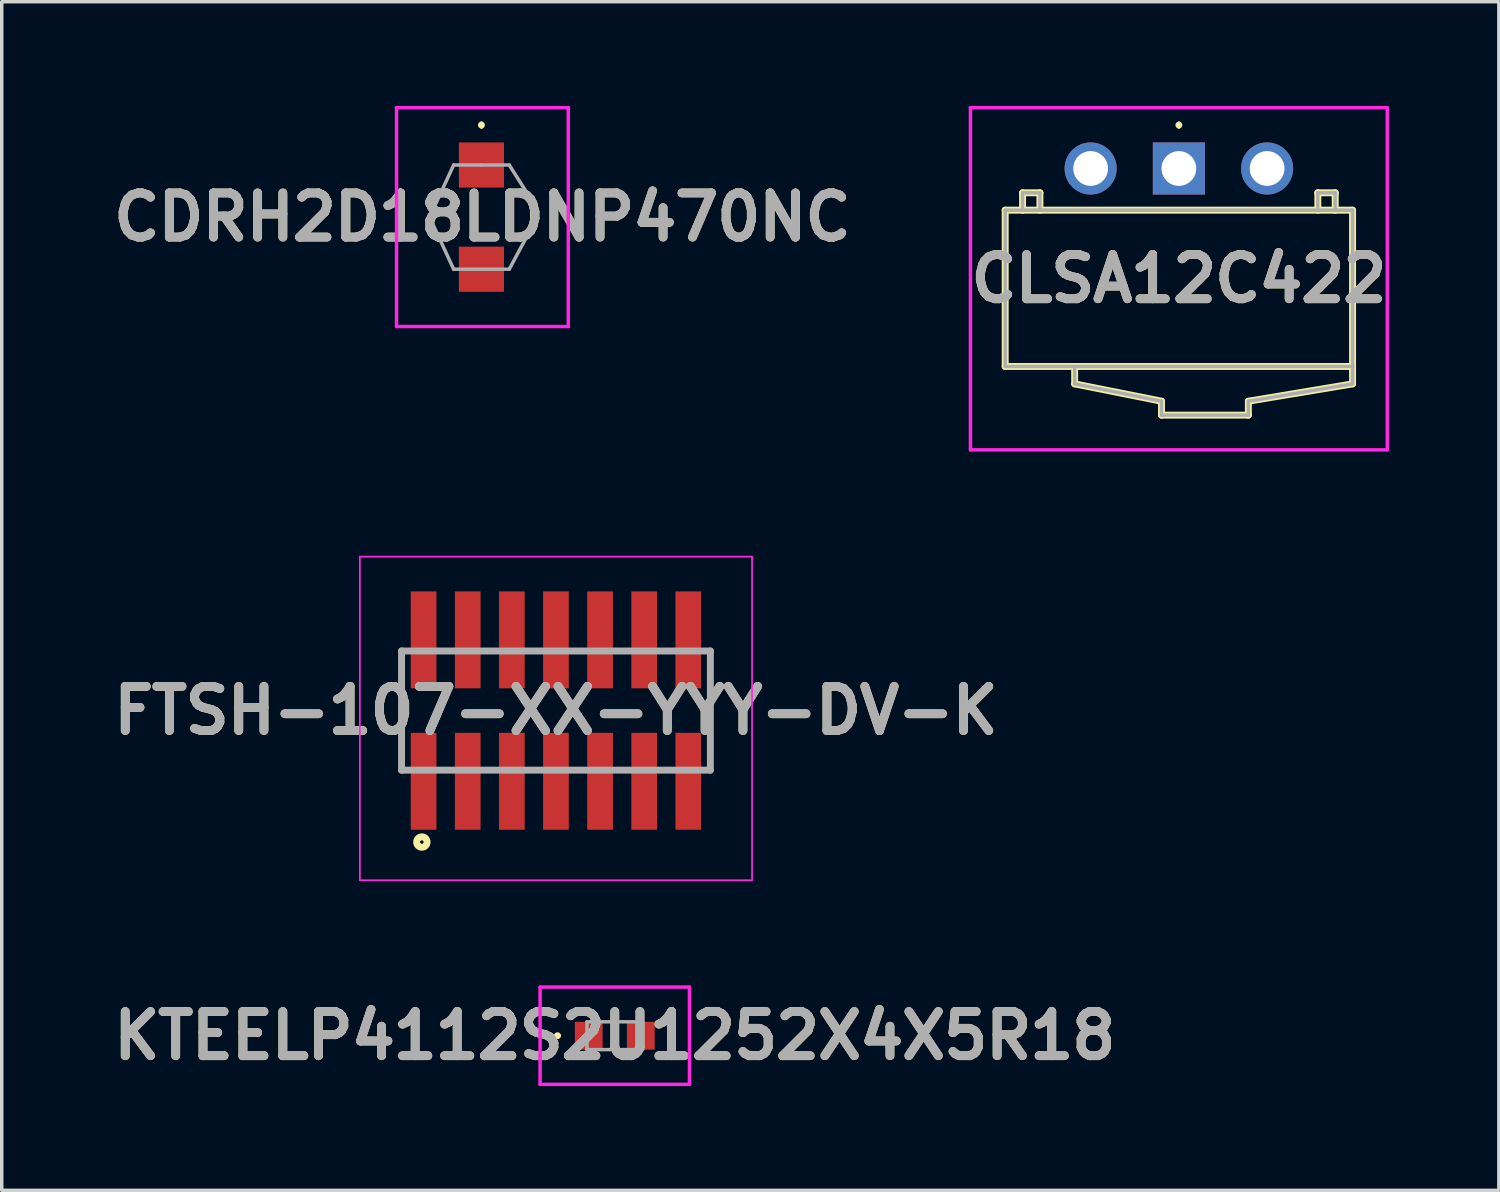
<source format=kicad_pcb>
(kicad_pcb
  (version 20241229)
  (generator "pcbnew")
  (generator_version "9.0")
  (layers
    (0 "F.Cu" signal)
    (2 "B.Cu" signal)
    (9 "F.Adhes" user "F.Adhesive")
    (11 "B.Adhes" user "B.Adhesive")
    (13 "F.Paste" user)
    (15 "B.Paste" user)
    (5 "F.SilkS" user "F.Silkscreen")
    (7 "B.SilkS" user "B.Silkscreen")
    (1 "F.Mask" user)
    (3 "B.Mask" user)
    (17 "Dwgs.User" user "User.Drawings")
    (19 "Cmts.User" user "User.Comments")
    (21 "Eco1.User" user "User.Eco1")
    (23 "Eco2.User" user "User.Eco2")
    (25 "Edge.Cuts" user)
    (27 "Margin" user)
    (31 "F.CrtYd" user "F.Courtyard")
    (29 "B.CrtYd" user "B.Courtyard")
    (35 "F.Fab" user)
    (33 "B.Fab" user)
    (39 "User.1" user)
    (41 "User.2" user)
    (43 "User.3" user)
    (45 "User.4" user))
  (footprint "CDRH2D18LDNP470NC"
    (layer "F.Cu")
    (at 10.809 3.2)
    (property "Reference" "CDRH2D18LDNP470NC" (at 0.028 0 0) (layer "F.SilkS") (effects (font (size 1.27 1.27) (thickness 0.254))))
    (attr smd)
    (fp_line (start 0 -2.7) (end 0 -2.7) (stroke (width 0.1) (type solid)) (layer "F.SilkS"))
    (fp_line (start 0 -2.6) (end 0 -2.6) (stroke (width 0.1) (type solid)) (layer "F.SilkS"))
    (fp_line (start 1.5 0.1) (end 1.5 -0.3) (stroke (width 0.2) (type solid)) (layer "F.SilkS"))
    (fp_arc (start 0 -2.7) (mid 0.05 -2.65) (end 0 -2.6) (stroke (width 0.1) (type solid)) (layer "F.SilkS"))
    (fp_arc (start 0 -2.6) (mid -0.05 -2.65) (end 0 -2.7) (stroke (width 0.1) (type solid)) (layer "F.SilkS"))
    (fp_line (start -2.444 -3.15) (end 2.5 -3.15) (stroke (width 0.1) (type solid)) (layer "F.CrtYd"))
    (fp_line (start -2.444 3.15) (end -2.444 -3.15) (stroke (width 0.1) (type solid)) (layer "F.CrtYd"))
    (fp_line (start 2.5 -3.15) (end 2.5 3.15) (stroke (width 0.1) (type solid)) (layer "F.CrtYd"))
    (fp_line (start 2.5 3.15) (end -2.444 3.15) (stroke (width 0.1) (type solid)) (layer "F.CrtYd"))
    (fp_line (start -1.4 -0.2) (end -1.4 -0.2) (stroke (width 0.1) (type solid)) (layer "F.Fab"))
    (fp_line (start -1.4 0.2) (end -0.8 1.5) (stroke (width 0.1) (type solid)) (layer "F.Fab"))
    (fp_line (start -0.8 -1.5) (end -1.4 -0.2) (stroke (width 0.1) (type solid)) (layer "F.Fab"))
    (fp_line (start -0.8 1.5) (end 0.8 1.5) (stroke (width 0.1) (type solid)) (layer "F.Fab"))
    (fp_line (start 0 -1.5) (end -0.8 -1.5) (stroke (width 0.1) (type solid)) (layer "F.Fab"))
    (fp_line (start 0.8 -1.5) (end 0 -1.5) (stroke (width 0.1) (type solid)) (layer "F.Fab"))
    (fp_line (start 0.8 1.5) (end 1.5 0.2) (stroke (width 0.1) (type solid)) (layer "F.Fab"))
    (fp_line (start 1.5 -0.4) (end 0.8 -1.5) (stroke (width 0.1) (type solid)) (layer "F.Fab"))
    (fp_line (start 1.5 0.2) (end 1.5 -0.4) (stroke (width 0.1) (type solid)) (layer "F.Fab"))
    (fp_arc (start -1.399768 0.200503) (mid -1.443912 0.000277) (end -1.4 -0.2) (stroke (width 0.1) (type solid)) (layer "F.Fab"))
    (fp_text user "${REFERENCE}" (at 0.028 0 0) (layer "F.Fab") (effects (font (size 1.27 1.27) (thickness 0.254))))
    (pad "1" smd rect (at 0 -1.5 90) (size 1.3 1.3) (layers "F.Cu" "F.Mask" "F.Paste"))
    (pad "2" smd rect (at 0 1.5 90) (size 1.3 1.3) (layers "F.Cu" "F.Mask" "F.Paste")))
  (footprint "KTEELP4112S2U1252X4X5R18"
    (layer "F.Cu")
    (at 14.647 26.765)
    (property "Reference" "KTEELP4112S2U1252X4X5R18" (at 0 0 0) (layer "F.SilkS") (effects (font (size 1.27 1.27) (thickness 0.254))))
    (attr smd)
    (fp_line (start -1.7 0) (end -1.7 0) (stroke (width 0.1) (type solid)) (layer "F.SilkS"))
    (fp_line (start -1.6 0) (end -1.6 0) (stroke (width 0.1) (type solid)) (layer "F.SilkS"))
    (fp_arc (start -1.7 0) (mid -1.65 -0.05) (end -1.6 0) (stroke (width 0.1) (type solid)) (layer "F.SilkS"))
    (fp_arc (start -1.6 0) (mid -1.65 0.05) (end -1.7 0) (stroke (width 0.1) (type solid)) (layer "F.SilkS"))
    (fp_line (start -2.15 -1.4) (end 2.15 -1.4) (stroke (width 0.1) (type solid)) (layer "F.CrtYd"))
    (fp_line (start -2.15 1.4) (end -2.15 -1.4) (stroke (width 0.1) (type solid)) (layer "F.CrtYd"))
    (fp_line (start 2.15 -1.4) (end 2.15 1.4) (stroke (width 0.1) (type solid)) (layer "F.CrtYd"))
    (fp_line (start 2.15 1.4) (end -2.15 1.4) (stroke (width 0.1) (type solid)) (layer "F.CrtYd"))
    (fp_line (start -0.8 -0.4) (end 0.8 -0.4) (stroke (width 0.1) (type solid)) (layer "F.Fab"))
    (fp_line (start -0.8 0.4) (end -0.8 -0.4) (stroke (width 0.1) (type solid)) (layer "F.Fab"))
    (fp_line (start 0.8 -0.4) (end 0.8 0.4) (stroke (width 0.1) (type solid)) (layer "F.Fab"))
    (fp_line (start 0.8 0.4) (end -0.8 0.4) (stroke (width 0.1) (type solid)) (layer "F.Fab"))
    (fp_text user "${REFERENCE}" (at 0 0 0) (layer "F.Fab") (effects (font (size 1.27 1.27) (thickness 0.254))))
    (pad "1" smd rect (at -0.75 0) (size 0.8 0.8) (layers "F.Cu" "F.Mask" "F.Paste"))
    (pad "2" smd rect (at 0.75 0) (size 0.8 0.8) (layers "F.Cu" "F.Mask" "F.Paste")))
  (footprint "CLSA12C422"
    (layer "F.Cu")
    (at 30.886 1.8)
    (property "Reference" "CLSA12C422" (at 0 3.175 0) (layer "F.SilkS") (effects (font (size 1.27 1.27) (thickness 0.254))))
    (attr through_hole)
    (fp_line (start -5 1.2) (end 5 1.2) (stroke (width 0.2) (type solid)) (layer "F.SilkS"))
    (fp_line (start -5 5.7) (end -5 1.2) (stroke (width 0.2) (type solid)) (layer "F.SilkS"))
    (fp_line (start -4.5 0.7) (end -4.5 1.2) (stroke (width 0.2) (type solid)) (layer "F.SilkS"))
    (fp_line (start -4 0.7) (end -4.5 0.7) (stroke (width 0.2) (type solid)) (layer "F.SilkS"))
    (fp_line (start -4 1.2) (end -4 0.7) (stroke (width 0.2) (type solid)) (layer "F.SilkS"))
    (fp_line (start -3 5.7) (end -3 6.2) (stroke (width 0.2) (type solid)) (layer "F.SilkS"))
    (fp_line (start -3 6.2) (end -0.5 6.7) (stroke (width 0.2) (type solid)) (layer "F.SilkS"))
    (fp_line (start -0.5 6.7) (end -0.5 7.1) (stroke (width 0.2) (type solid)) (layer "F.SilkS"))
    (fp_line (start -0.5 7.1) (end 2 7.1) (stroke (width 0.2) (type solid)) (layer "F.SilkS"))
    (fp_line (start 0 -1.3) (end 0 -1.3) (stroke (width 0.1) (type solid)) (layer "F.SilkS"))
    (fp_line (start 0 -1.2) (end 0 -1.2) (stroke (width 0.1) (type solid)) (layer "F.SilkS"))
    (fp_line (start 2 6.7) (end 5 6.2) (stroke (width 0.2) (type solid)) (layer "F.SilkS"))
    (fp_line (start 2 7.1) (end 2 6.7) (stroke (width 0.2) (type solid)) (layer "F.SilkS"))
    (fp_line (start 4 0.7) (end 4.5 0.7) (stroke (width 0.2) (type solid)) (layer "F.SilkS"))
    (fp_line (start 4 1.2) (end 4 0.7) (stroke (width 0.2) (type solid)) (layer "F.SilkS"))
    (fp_line (start 4.5 0.7) (end 4.5 1.2) (stroke (width 0.2) (type solid)) (layer "F.SilkS"))
    (fp_line (start 5 1.2) (end 5 5.7) (stroke (width 0.2) (type solid)) (layer "F.SilkS"))
    (fp_line (start 5 5.7) (end -5 5.7) (stroke (width 0.2) (type solid)) (layer "F.SilkS"))
    (fp_line (start 5 6.2) (end 5 5.7) (stroke (width 0.2) (type solid)) (layer "F.SilkS"))
    (fp_arc (start 0 -1.3) (mid 0.05 -1.25) (end 0 -1.2) (stroke (width 0.1) (type solid)) (layer "F.SilkS"))
    (fp_arc (start 0 -1.2) (mid -0.05 -1.25) (end 0 -1.3) (stroke (width 0.1) (type solid)) (layer "F.SilkS"))
    (fp_line (start -6 -1.75) (end 6 -1.75) (stroke (width 0.1) (type solid)) (layer "F.CrtYd"))
    (fp_line (start -6 8.1) (end -6 -1.75) (stroke (width 0.1) (type solid)) (layer "F.CrtYd"))
    (fp_line (start 6 -1.75) (end 6 8.1) (stroke (width 0.1) (type solid)) (layer "F.CrtYd"))
    (fp_line (start 6 8.1) (end -6 8.1) (stroke (width 0.1) (type solid)) (layer "F.CrtYd"))
    (fp_line (start -5 1.2) (end 5 1.2) (stroke (width 0.1) (type solid)) (layer "F.Fab"))
    (fp_line (start -5 5.7) (end -5 1.2) (stroke (width 0.1) (type solid)) (layer "F.Fab"))
    (fp_line (start -4.5 0.7) (end -4.5 1.2) (stroke (width 0.1) (type solid)) (layer "F.Fab"))
    (fp_line (start -4 0.7) (end -4.5 0.7) (stroke (width 0.1) (type solid)) (layer "F.Fab"))
    (fp_line (start -4 1.2) (end -4 0.7) (stroke (width 0.1) (type solid)) (layer "F.Fab"))
    (fp_line (start -3 6.2) (end -3 5.7) (stroke (width 0.1) (type solid)) (layer "F.Fab"))
    (fp_line (start -0.5 6.7) (end -3 6.2) (stroke (width 0.1) (type solid)) (layer "F.Fab"))
    (fp_line (start -0.5 7.1) (end -0.5 6.7) (stroke (width 0.1) (type solid)) (layer "F.Fab"))
    (fp_line (start 2 6.7) (end 2 7.1) (stroke (width 0.1) (type solid)) (layer "F.Fab"))
    (fp_line (start 2 7.1) (end -0.5 7.1) (stroke (width 0.1) (type solid)) (layer "F.Fab"))
    (fp_line (start 4 0.7) (end 4 1.2) (stroke (width 0.1) (type solid)) (layer "F.Fab"))
    (fp_line (start 4.5 0.7) (end 4 0.7) (stroke (width 0.1) (type solid)) (layer "F.Fab"))
    (fp_line (start 4.5 1.2) (end 4.5 0.7) (stroke (width 0.1) (type solid)) (layer "F.Fab"))
    (fp_line (start 5 1.2) (end 5 5.7) (stroke (width 0.1) (type solid)) (layer "F.Fab"))
    (fp_line (start 5 5.7) (end -5 5.7) (stroke (width 0.1) (type solid)) (layer "F.Fab"))
    (fp_line (start 5 5.7) (end 5 6.2) (stroke (width 0.1) (type solid)) (layer "F.Fab"))
    (fp_line (start 5 6.2) (end 2 6.7) (stroke (width 0.1) (type solid)) (layer "F.Fab"))
    (fp_text user "${REFERENCE}" (at 0 3.175 0) (layer "F.Fab") (effects (font (size 1.27 1.27) (thickness 0.254))))
    (pad "1" thru_hole rect (at 0 0) (size 1.5 1.5) (drill 1) (layers "*.Cu" "*.Mask"))
    (pad "2" thru_hole circle (at 2.54 0) (size 1.5 1.5) (drill 1) (layers "*.Cu" "*.Mask"))
    (pad "3" thru_hole circle (at -2.54 0) (size 1.5 1.5) (drill 1) (layers "*.Cu" "*.Mask")))
  (footprint "FTSH-107-XX-YYY-DV-K"
    (layer "F.Cu")
    (at 12.954 17.405)
    (property "Reference" "FTSH-107-XX-YYY-DV-K" (at 0 0 0) (layer "F.SilkS") (effects (font (size 1.27 1.27) (thickness 0.254))))
    (attr smd)
    (fp_line (start -4.445 1.715) (end -4.445 -1.715) (stroke (width 0.1) (type solid)) (layer "F.SilkS"))
    (fp_line (start 4.445 -1.715) (end 4.445 1.715) (stroke (width 0.1) (type solid)) (layer "F.SilkS"))
    (fp_circle (center -3.86 3.785) (end -3.86 3.835) (stroke (width 0.2) (type solid)) (fill no) (layer "F.SilkS"))
    (fp_line (start -5.645 -4.43) (end 5.645 -4.43) (stroke (width 0.05) (type solid)) (layer "F.CrtYd"))
    (fp_line (start -5.645 4.885) (end -5.645 -4.43) (stroke (width 0.05) (type solid)) (layer "F.CrtYd"))
    (fp_line (start 5.645 -4.43) (end 5.645 4.885) (stroke (width 0.05) (type solid)) (layer "F.CrtYd"))
    (fp_line (start 5.645 4.885) (end -5.645 4.885) (stroke (width 0.05) (type solid)) (layer "F.CrtYd"))
    (fp_line (start -4.445 -1.715) (end 4.445 -1.715) (stroke (width 0.2) (type solid)) (layer "F.Fab"))
    (fp_line (start -4.445 1.715) (end -4.445 -1.715) (stroke (width 0.2) (type solid)) (layer "F.Fab"))
    (fp_line (start 4.445 -1.715) (end 4.445 1.715) (stroke (width 0.2) (type solid)) (layer "F.Fab"))
    (fp_line (start 4.445 1.715) (end -4.445 1.715) (stroke (width 0.2) (type solid)) (layer "F.Fab"))
    (fp_text user "${REFERENCE}" (at 0 0 0) (layer "F.Fab") (effects (font (size 1.27 1.27) (thickness 0.254))))
    (pad "1" smd rect (at -3.81 2.035) (size 0.74 2.79) (layers "F.Cu" "F.Mask" "F.Paste"))
    (pad "2" smd rect (at -3.81 -2.035) (size 0.74 2.79) (layers "F.Cu" "F.Mask" "F.Paste"))
    (pad "3" smd rect (at -2.54 2.035) (size 0.74 2.79) (layers "F.Cu" "F.Mask" "F.Paste"))
    (pad "4" smd rect (at -2.54 -2.035) (size 0.74 2.79) (layers "F.Cu" "F.Mask" "F.Paste"))
    (pad "5" smd rect (at -1.27 2.035) (size 0.74 2.79) (layers "F.Cu" "F.Mask" "F.Paste"))
    (pad "6" smd rect (at -1.27 -2.035) (size 0.74 2.79) (layers "F.Cu" "F.Mask" "F.Paste"))
    (pad "7" smd rect (at 0 2.035) (size 0.74 2.79) (layers "F.Cu" "F.Mask" "F.Paste"))
    (pad "8" smd rect (at 0 -2.035) (size 0.74 2.79) (layers "F.Cu" "F.Mask" "F.Paste"))
    (pad "9" smd rect (at 1.27 2.035) (size 0.74 2.79) (layers "F.Cu" "F.Mask" "F.Paste"))
    (pad "10" smd rect (at 1.27 -2.035) (size 0.74 2.79) (layers "F.Cu" "F.Mask" "F.Paste"))
    (pad "11" smd rect (at 2.54 2.035) (size 0.74 2.79) (layers "F.Cu" "F.Mask" "F.Paste"))
    (pad "12" smd rect (at 2.54 -2.035) (size 0.74 2.79) (layers "F.Cu" "F.Mask" "F.Paste"))
    (pad "13" smd rect (at 3.81 2.035) (size 0.74 2.79) (layers "F.Cu" "F.Mask" "F.Paste"))
    (pad "14" smd rect (at 3.81 -2.035) (size 0.74 2.79) (layers "F.Cu" "F.Mask" "F.Paste")))
  (gr_rect
    (start -3 -3)
    (end 40.096 31.215)
    (stroke (width 0.1) (type default))
    (fill no)
    (layer "Edge.Cuts")))
</source>
